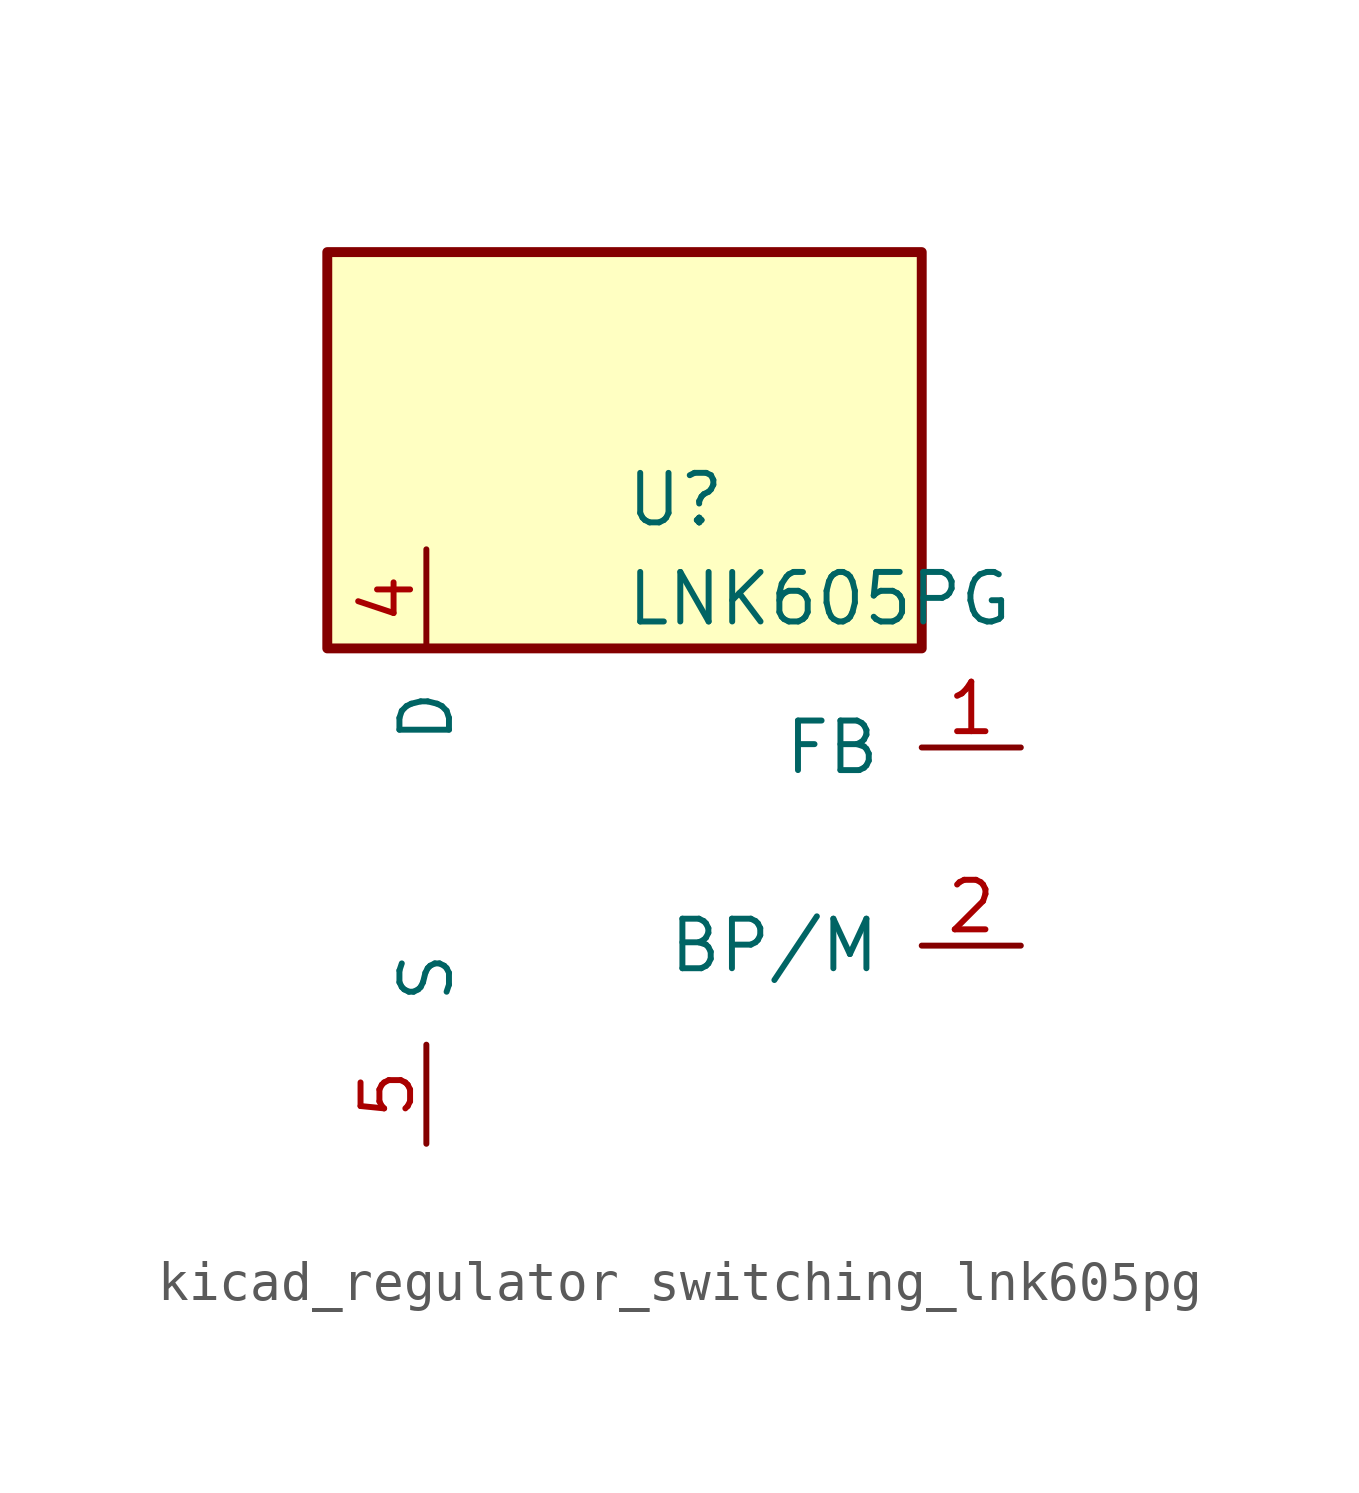
<source format=kicad_sym>
(kicad_symbol_lib
  (version 20220914)
  (generator kicad_symbol_editor)
  (symbol "kicad_regulator_switching_lnk605pg"
    (pin_names
      (offset 1.016))
    (property "Reference" "U"
      (at 0 8.89 0)
      (effects (font (size 1.27 1.27)) (justify left)))
    (property "Value" "LNK605PG"
      (at 0 6.35 0)
      (effects (font (size 1.27 1.27)) (justify left)))
    (symbol "kicad_regulator_switching_lnk605pg_0_1"
      (rectangle (start 7.62 15.24) (end -7.62 5.08) (stroke (width 0.254) (type default)) (fill (type background))))
    (symbol "kicad_regulator_switching_lnk605pg_1_1"
      (pin input line (at 10.16 2.54 180) (length 2.54) (name "FB" (effects (font (size 1.27 1.27)))) (number "1" (effects (font (size 1.27 1.27)))))
      (pin input line (at 10.16 -2.54 180) (length 2.54) (name "BP/M" (effects (font (size 1.27 1.27)))) (number "2" (effects (font (size 1.27 1.27)))))
      (pin open_collector line (at -5.08 7.62 270) (length 2.54) (name "D" (effects (font (size 1.27 1.27)))) (number "4" (effects (font (size 1.27 1.27)))))
      (pin power_in line (at -5.08 -7.62 90) (length 2.54) (name "S" (effects (font (size 1.27 1.27)))) (number "5" (effects (font (size 1.27 1.27)))))
      (pin passive line (at -5.08 -7.62 90) (length 2.54) hide (name "S" (effects (font (size 1.27 1.27)))) (number "6" (effects (font (size 1.27 1.27)))))
      (pin passive line (at -5.08 -7.62 90) (length 2.54) hide (name "S" (effects (font (size 1.27 1.27)))) (number "7" (effects (font (size 1.27 1.27)))))
      (pin passive line (at -5.08 -7.62 90) (length 2.54) hide (name "S" (effects (font (size 1.27 1.27)))) (number "8" (effects (font (size 1.27 1.27))))))))
</source>
